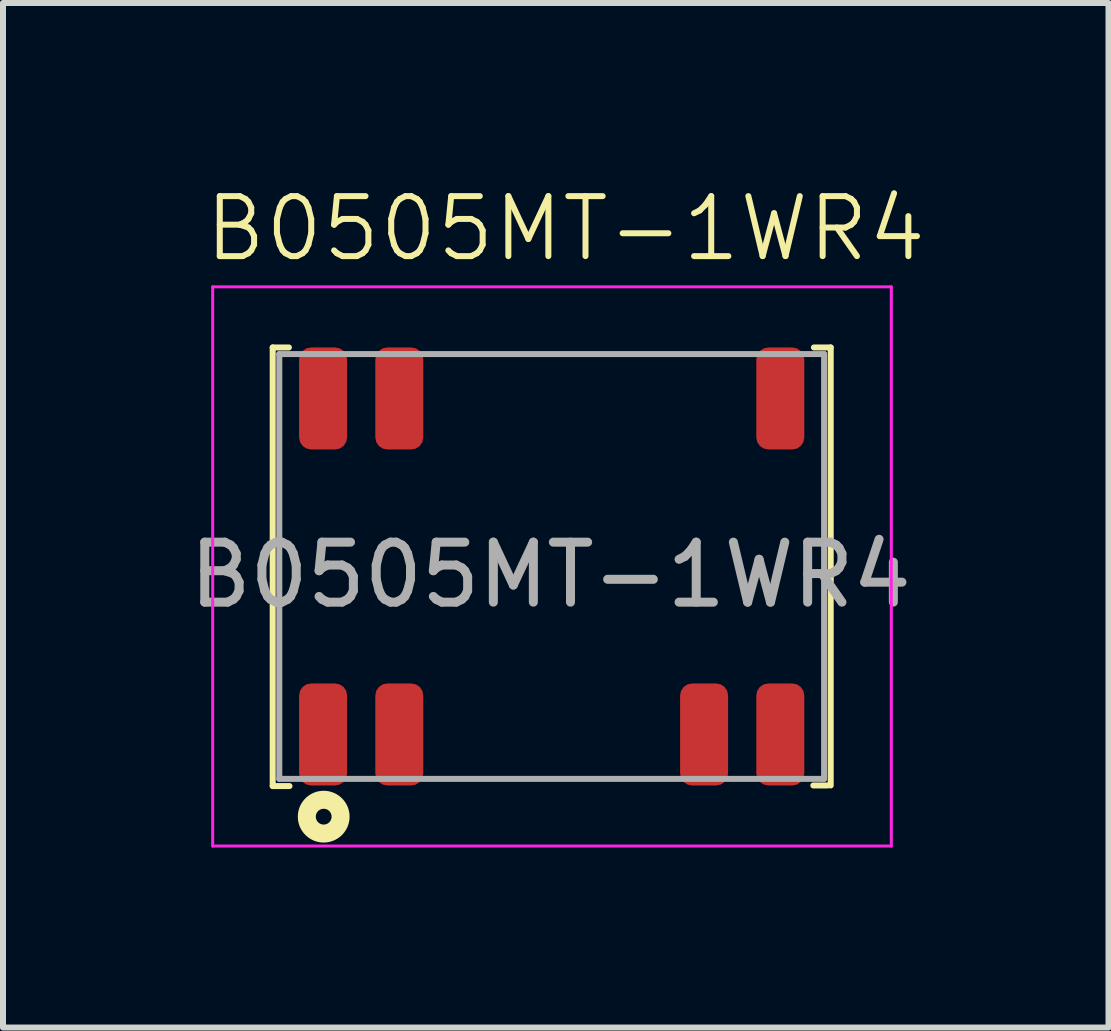
<source format=kicad_pcb>
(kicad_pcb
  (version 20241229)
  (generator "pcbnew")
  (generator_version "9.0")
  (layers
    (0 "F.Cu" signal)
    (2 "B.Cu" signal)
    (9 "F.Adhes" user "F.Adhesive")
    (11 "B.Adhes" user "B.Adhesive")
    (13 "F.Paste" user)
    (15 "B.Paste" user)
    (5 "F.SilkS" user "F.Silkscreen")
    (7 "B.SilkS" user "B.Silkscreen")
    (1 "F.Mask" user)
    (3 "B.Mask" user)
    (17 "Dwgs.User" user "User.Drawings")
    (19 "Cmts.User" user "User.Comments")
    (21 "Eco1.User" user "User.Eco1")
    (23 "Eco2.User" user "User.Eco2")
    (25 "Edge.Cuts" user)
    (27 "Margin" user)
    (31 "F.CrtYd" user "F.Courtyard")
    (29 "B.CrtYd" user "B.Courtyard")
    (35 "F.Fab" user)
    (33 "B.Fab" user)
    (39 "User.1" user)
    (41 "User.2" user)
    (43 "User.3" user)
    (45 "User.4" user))
  (footprint "B0505MT-1WR4"
    (layer "F.Cu")
    (at 6.145 6.391)
    (property "Reference" "B0505MT-1WR4" (at 0.23 -5.63 0) (unlocked yes) (layer "F.SilkS") (effects (font (size 1 1) (thickness 0.1))))
    (attr smd)
    (fp_line (start -4.65 -3.65) (end -4.65 3.66) (stroke (width 0.1) (type default)) (layer "F.SilkS"))
    (fp_line (start -4.65 -3.65) (end -4.38 -3.65) (stroke (width 0.1) (type default)) (layer "F.SilkS"))
    (fp_line (start -4.65 3.66) (end -4.37 3.66) (stroke (width 0.1) (type default)) (layer "F.SilkS"))
    (fp_line (start 4.6 3.65) (end 4.36 3.65) (stroke (width 0.1) (type default)) (layer "F.SilkS"))
    (fp_line (start 4.65 -3.65) (end 4.37 -3.65) (stroke (width 0.1) (type default)) (layer "F.SilkS"))
    (fp_line (start 4.65 -3.65) (end 4.65 3.65) (stroke (width 0.1) (type default)) (layer "F.SilkS"))
    (fp_circle (center -3.8 4.17) (end -3.67 4.19) (stroke (width 0.3) (type default)) (fill no) (layer "F.SilkS"))
    (fp_line (start -5.65 -4.66) (end -5.65 4.66) (stroke (width 0.05) (type default)) (layer "F.CrtYd"))
    (fp_line (start -5.65 4.66) (end 5.66 4.66) (stroke (width 0.05) (type default)) (layer "F.CrtYd"))
    (fp_line (start 5.66 -4.66) (end -5.65 -4.66) (stroke (width 0.05) (type default)) (layer "F.CrtYd"))
    (fp_line (start 5.66 4.66) (end 5.66 -4.66) (stroke (width 0.05) (type default)) (layer "F.CrtYd"))
    (fp_line (start -4.54 3.54) (end -4.54 -3.54) (stroke (width 0.1) (type default)) (layer "F.Fab"))
    (fp_line (start -4.54 3.54) (end 4.54 3.54) (stroke (width 0.1) (type default)) (layer "F.Fab"))
    (fp_line (start 4.54 -3.54) (end -4.54 -3.54) (stroke (width 0.1) (type default)) (layer "F.Fab"))
    (fp_line (start 4.54 3.54) (end 4.54 -3.54) (stroke (width 0.1) (type default)) (layer "F.Fab"))
    (fp_text user "${REFERENCE}" (at -0.02 0.14 0) (unlocked yes) (layer "F.Fab") (effects (font (size 1 1) (thickness 0.15))))
    (pad "1" smd roundrect (at -3.81 2.8) (size 0.8 1.7) (layers "F.Cu" "F.Mask" "F.Paste") (roundrect_rratio 0.25))
    (pad "2" smd roundrect (at -2.54 2.8) (size 0.8 1.7) (layers "F.Cu" "F.Mask" "F.Paste") (roundrect_rratio 0.25))
    (pad "6" smd roundrect (at 2.54 2.8) (size 0.8 1.7) (layers "F.Cu" "F.Mask" "F.Paste") (roundrect_rratio 0.25))
    (pad "7" smd roundrect (at 3.81 2.8) (size 0.8 1.7) (layers "F.Cu" "F.Mask" "F.Paste") (roundrect_rratio 0.25))
    (pad "8" smd roundrect (at 3.81 -2.8) (size 0.8 1.7) (layers "F.Cu" "F.Mask" "F.Paste") (roundrect_rratio 0.25))
    (pad "13" smd roundrect (at -2.54 -2.8) (size 0.8 1.7) (layers "F.Cu" "F.Mask" "F.Paste") (roundrect_rratio 0.25))
    (pad "14" smd roundrect (at -3.81 -2.8) (size 0.8 1.7) (layers "F.Cu" "F.Mask" "F.Paste") (roundrect_rratio 0.25)))
  (gr_rect
    (start -3 -3)
    (end 15.425 14.075)
    (stroke (width 0.1) (type default))
    (fill no)
    (layer "Edge.Cuts")))
</source>
